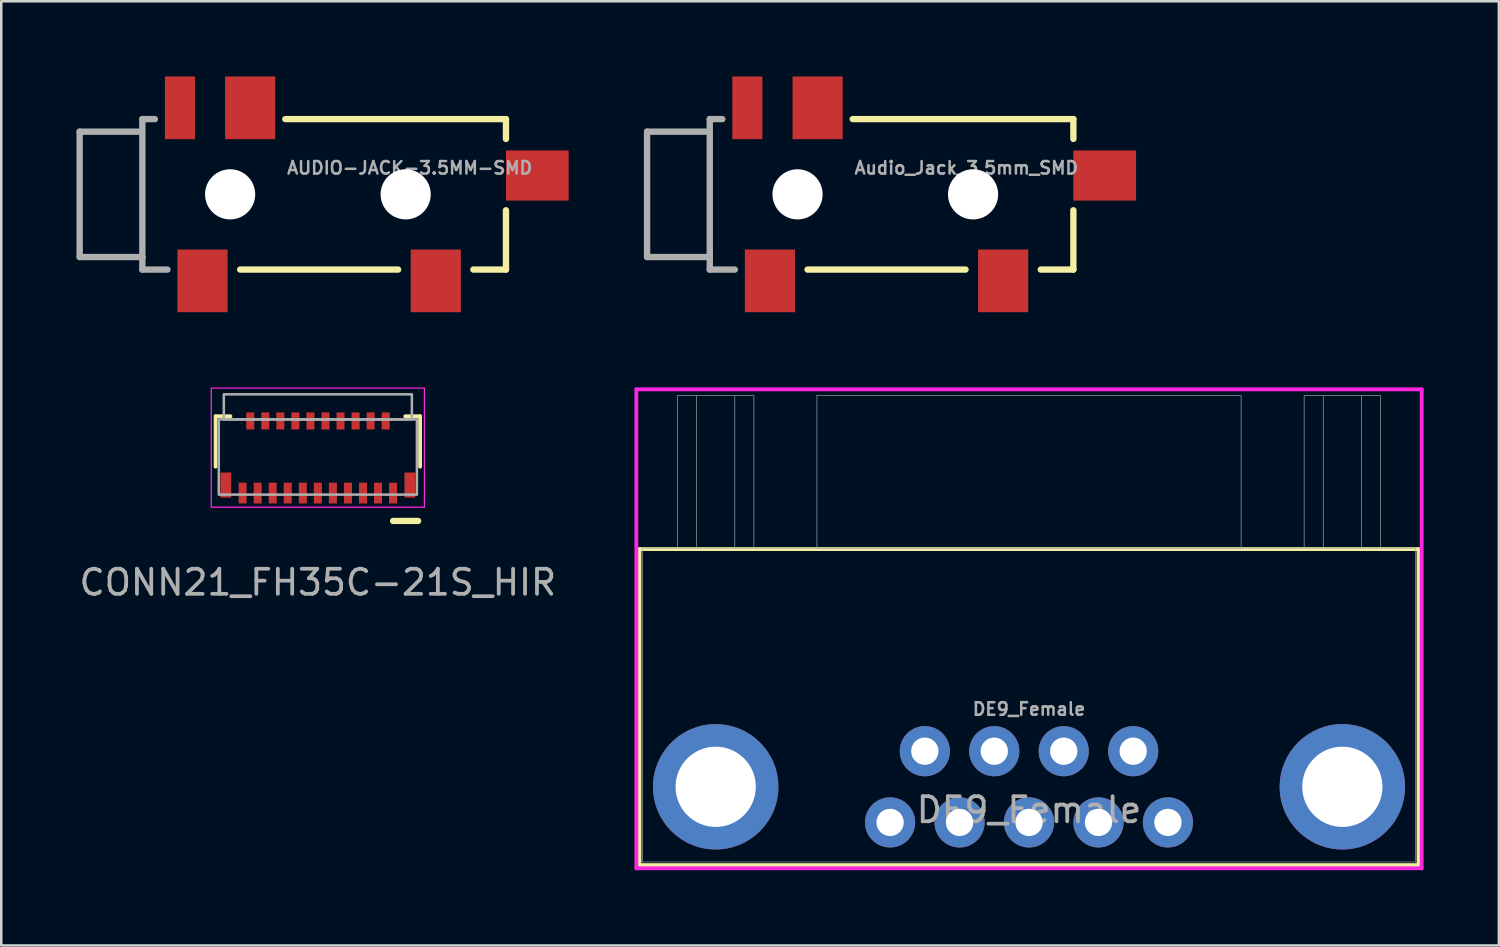
<source format=kicad_pcb>
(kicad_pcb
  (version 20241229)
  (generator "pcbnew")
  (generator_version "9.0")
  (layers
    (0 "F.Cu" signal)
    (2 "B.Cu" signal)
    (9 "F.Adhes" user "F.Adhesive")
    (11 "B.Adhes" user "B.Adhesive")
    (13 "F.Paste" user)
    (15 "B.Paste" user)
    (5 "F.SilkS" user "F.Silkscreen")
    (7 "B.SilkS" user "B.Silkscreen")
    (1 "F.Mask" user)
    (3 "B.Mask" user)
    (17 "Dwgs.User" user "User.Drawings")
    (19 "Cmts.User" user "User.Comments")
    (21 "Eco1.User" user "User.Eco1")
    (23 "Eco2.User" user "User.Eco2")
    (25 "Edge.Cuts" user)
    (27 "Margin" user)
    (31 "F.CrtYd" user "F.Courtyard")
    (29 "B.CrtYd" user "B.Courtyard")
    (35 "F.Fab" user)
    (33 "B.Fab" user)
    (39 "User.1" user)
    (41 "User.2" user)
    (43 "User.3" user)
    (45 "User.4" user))
  (footprint "Audio_Jack_3.5mm_SMD"
    (layer "F.Cu")
    (at 25.254 4.7)
    (property "Reference" "Audio_Jack_3.5mm_SMD" (at 5.715 -0.762 0) (layer "F.Fab") (effects (font (size 0.5 0.5) (thickness 0.1)) (justify left bottom)))
    (attr smd)
    (fp_line (start 3.9 3) (end 10.2 3) (stroke (width 0.254) (type solid)) (layer "F.SilkS"))
    (fp_line (start 14.5 -3) (end 5.7 -3) (stroke (width 0.254) (type solid)) (layer "F.SilkS"))
    (fp_line (start 14.5 -2.21) (end 14.5 -3) (stroke (width 0.254) (type solid)) (layer "F.SilkS"))
    (fp_line (start 14.5 0.635) (end 14.5 3) (stroke (width 0.254) (type solid)) (layer "F.SilkS"))
    (fp_line (start 14.5 3) (end 13.2 3) (stroke (width 0.254) (type solid)) (layer "F.SilkS"))
    (fp_line (start -2.5 -2.5) (end -2.5 2.5) (stroke (width 0.254) (type solid)) (layer "F.Fab"))
    (fp_line (start -2.5 2.5) (end 0 2.5) (stroke (width 0.254) (type solid)) (layer "F.Fab"))
    (fp_line (start -0.152 -2.5) (end -2.5 -2.5) (stroke (width 0.254) (type solid)) (layer "F.Fab"))
    (fp_line (start 0 -3) (end 0 2.5) (stroke (width 0.254) (type solid)) (layer "F.Fab"))
    (fp_line (start 0 2.5) (end 0 3) (stroke (width 0.254) (type solid)) (layer "F.Fab"))
    (fp_line (start 0 3) (end 1 3) (stroke (width 0.254) (type solid)) (layer "F.Fab"))
    (fp_line (start 0.5 -3) (end 0 -3) (stroke (width 0.254) (type solid)) (layer "F.Fab"))
    (pad "" np_thru_hole circle (at 3.5 0) (size 2 2) (drill 2) (layers "*.Cu" "*.Mask"))
    (pad "" np_thru_hole circle (at 10.5 0) (size 2 2) (drill 2) (layers "*.Cu" "*.Mask"))
    (pad "RING" smd rect (at 4.3 -3.45) (size 2 2.5) (layers "F.Cu" "F.Mask" "F.Paste"))
    (pad "RSH" smd rect (at 1.5 -3.45 180) (size 1.2 2.5) (layers "F.Cu" "F.Mask" "F.Paste"))
    (pad "SLEEVE" smd rect (at 2.4 3.45) (size 2 2.5) (layers "F.Cu" "F.Mask" "F.Paste"))
    (pad "TIP" smd rect (at 11.7 3.45) (size 2 2.5) (layers "F.Cu" "F.Mask" "F.Paste"))
    (pad "TSH" smd rect (at 15.75 -0.75 90) (size 2 2.5) (layers "F.Cu" "F.Mask" "F.Paste")))
  (footprint "AUDIO-JACK-3.5MM-SMD"
    (layer "F.Cu")
    (at 2.627 4.7)
    (property "Reference" "AUDIO-JACK-3.5MM-SMD" (at 5.715 -0.762 0) (layer "F.Fab") (effects (font (size 0.5 0.5) (thickness 0.1)) (justify left bottom)))
    (fp_line (start 3.9 3) (end 10.2 3) (stroke (width 0.254) (type solid)) (layer "F.SilkS"))
    (fp_line (start 14.5 -3) (end 5.7 -3) (stroke (width 0.254) (type solid)) (layer "F.SilkS"))
    (fp_line (start 14.5 -2.21) (end 14.5 -3) (stroke (width 0.254) (type solid)) (layer "F.SilkS"))
    (fp_line (start 14.5 0.635) (end 14.5 3) (stroke (width 0.254) (type solid)) (layer "F.SilkS"))
    (fp_line (start 14.5 3) (end 13.2 3) (stroke (width 0.254) (type solid)) (layer "F.SilkS"))
    (fp_line (start -2.5 -2.5) (end -2.5 2.5) (stroke (width 0.254) (type solid)) (layer "F.Fab"))
    (fp_line (start -2.5 2.5) (end 0 2.5) (stroke (width 0.254) (type solid)) (layer "F.Fab"))
    (fp_line (start -0.152 -2.5) (end -2.5 -2.5) (stroke (width 0.254) (type solid)) (layer "F.Fab"))
    (fp_line (start 0 -3) (end 0 2.5) (stroke (width 0.254) (type solid)) (layer "F.Fab"))
    (fp_line (start 0 2.5) (end 0 3) (stroke (width 0.254) (type solid)) (layer "F.Fab"))
    (fp_line (start 0 3) (end 1 3) (stroke (width 0.254) (type solid)) (layer "F.Fab"))
    (fp_line (start 0.5 -3) (end 0 -3) (stroke (width 0.254) (type solid)) (layer "F.Fab"))
    (pad "" np_thru_hole circle (at 3.5 0) (size 2 2) (drill 2) (layers "*.Cu" "*.Mask"))
    (pad "" np_thru_hole circle (at 10.5 0) (size 2 2) (drill 2) (layers "*.Cu" "*.Mask"))
    (pad "RING" smd rect (at 4.3 -3.45) (size 2 2.5) (layers "F.Cu" "F.Mask" "F.Paste"))
    (pad "RSH" smd rect (at 1.5 -3.45 180) (size 1.2 2.5) (layers "F.Cu" "F.Mask" "F.Paste"))
    (pad "SLEEVE" smd rect (at 2.4 3.45) (size 2 2.5) (layers "F.Cu" "F.Mask" "F.Paste"))
    (pad "TIP" smd rect (at 11.7 3.45) (size 2 2.5) (layers "F.Cu" "F.Mask" "F.Paste"))
    (pad "TSH" smd rect (at 15.75 -0.75 90) (size 2 2.5) (layers "F.Cu" "F.Mask" "F.Paste")))
  (footprint "CONN21_FH35C-21S_HIR"
    (layer "F.Cu")
    (at 9.625 15.175)
    (property "Reference" "CONN21_FH35C-21S_HIR" (at 0 5 0) (unlocked yes) (layer "F.Fab") (effects (font (size 1 1) (thickness 0.15))))
    (attr smd)
    (fp_line (start -4.077 -1.626) (end -4.077 0.384) (stroke (width 0.152) (type solid)) (layer "F.SilkS"))
    (fp_line (start -3.485 -1.626) (end -4.077 -1.626) (stroke (width 0.152) (type solid)) (layer "F.SilkS"))
    (fp_line (start 4 2.55) (end 3 2.55) (stroke (width 0.25) (type solid)) (layer "F.SilkS"))
    (fp_line (start 4.077 -1.626) (end 3.485 -1.626) (stroke (width 0.152) (type solid)) (layer "F.SilkS"))
    (fp_line (start 4.077 0.384) (end 4.077 -1.626) (stroke (width 0.152) (type solid)) (layer "F.SilkS"))
    (fp_rect (start -4.25 -2.75) (end 4.25 2) (stroke (width 0.05) (type default)) (fill no) (layer "F.CrtYd"))
    (fp_rect (start -3.95 -1.499) (end 3.95 1.499) (stroke (width 0.1) (type default)) (fill no) (layer "F.Fab"))
    (fp_rect (start -3.75 -2.5) (end 3.75 -1.5) (stroke (width 0.1) (type default)) (fill no) (layer "F.Fab"))
    (fp_line (start -3.3 0.05) (end -3.3 4.05) (stroke (width 0.1) (type solid)) (layer "User.2"))
    (fp_line (start -3.3 0.05) (end 3.3 0.05) (stroke (width 0.1) (type default)) (layer "User.2"))
    (fp_line (start -3.3 2.55) (end 3.3 2.55) (stroke (width 0.1) (type default)) (layer "User.2"))
    (fp_line (start -3.3 4.05) (end 3.3 4.05) (stroke (width 0.1) (type default)) (layer "User.2"))
    (fp_line (start 3.3 0.05) (end 3.3 4.05) (stroke (width 0.1) (type solid)) (layer "User.2"))
    (fp_text user "Stiffener" (at 0 0.6 0) (unlocked yes) (layer "User.2") (effects (font (size 0.5 0.5) (thickness 0.125))))
    (fp_text user "FPC Insertion Depth" (at 0 -0.6 0) (unlocked yes) (layer "User.2") (effects (font (size 0.5 0.5) (thickness 0.125))))
    (pad "1" smd rect (at 3 1.438) (size 0.32 0.83) (layers "F.Cu" "F.Mask" "F.Paste"))
    (pad "2" smd rect (at 2.705 -1.438) (size 0.32 0.68) (layers "F.Cu" "F.Mask" "F.Paste"))
    (pad "3" smd rect (at 2.4 1.438) (size 0.32 0.83) (layers "F.Cu" "F.Mask" "F.Paste"))
    (pad "4" smd rect (at 2.105 -1.438) (size 0.32 0.68) (layers "F.Cu" "F.Mask" "F.Paste"))
    (pad "5" smd rect (at 1.8 1.438) (size 0.32 0.83) (layers "F.Cu" "F.Mask" "F.Paste"))
    (pad "6" smd rect (at 1.505 -1.438) (size 0.32 0.68) (layers "F.Cu" "F.Mask" "F.Paste"))
    (pad "7" smd rect (at 1.2 1.438) (size 0.32 0.83) (layers "F.Cu" "F.Mask" "F.Paste"))
    (pad "8" smd rect (at 0.905 -1.438) (size 0.32 0.68) (layers "F.Cu" "F.Mask" "F.Paste"))
    (pad "9" smd rect (at 0.6 1.438) (size 0.32 0.83) (layers "F.Cu" "F.Mask" "F.Paste"))
    (pad "10" smd rect (at 0.305 -1.438) (size 0.32 0.68) (layers "F.Cu" "F.Mask" "F.Paste"))
    (pad "11" smd rect (at 0 1.438) (size 0.32 0.83) (layers "F.Cu" "F.Mask" "F.Paste"))
    (pad "12" smd rect (at -0.295 -1.438) (size 0.32 0.68) (layers "F.Cu" "F.Mask" "F.Paste"))
    (pad "13" smd rect (at -0.6 1.438) (size 0.32 0.83) (layers "F.Cu" "F.Mask" "F.Paste"))
    (pad "14" smd rect (at -0.895 -1.438) (size 0.32 0.68) (layers "F.Cu" "F.Mask" "F.Paste"))
    (pad "15" smd rect (at -1.2 1.438) (size 0.32 0.83) (layers "F.Cu" "F.Mask" "F.Paste"))
    (pad "16" smd rect (at -1.495 -1.438) (size 0.32 0.68) (layers "F.Cu" "F.Mask" "F.Paste"))
    (pad "17" smd rect (at -1.8 1.438) (size 0.32 0.83) (layers "F.Cu" "F.Mask" "F.Paste"))
    (pad "18" smd rect (at -2.095 -1.438) (size 0.32 0.68) (layers "F.Cu" "F.Mask" "F.Paste"))
    (pad "19" smd rect (at -2.4 1.438) (size 0.32 0.83) (layers "F.Cu" "F.Mask" "F.Paste"))
    (pad "20" smd rect (at -2.695 -1.438) (size 0.32 0.68) (layers "F.Cu" "F.Mask" "F.Paste"))
    (pad "21" smd rect (at -3 1.438) (size 0.32 0.83) (layers "F.Cu" "F.Mask" "F.Paste"))
    (pad "22" smd rect (at -3.67 1.118) (size 0.43 1) (layers "F.Cu" "F.Mask" "F.Paste"))
    (pad "23" smd rect (at 3.67 1.118) (size 0.43 1) (layers "F.Cu" "F.Mask" "F.Paste")))
  (footprint "DE9_Female"
    (layer "F.Cu")
    (at 37.985 29.746)
    (property "Reference" "DE9_Female" (at 0 -0.5 0) (unlocked yes) (layer "F.Fab") (effects (font (size 1 1) (thickness 0.15))))
    (attr smd)
    (fp_line (start -15.532 -10.9) (end -15.532 1.704) (stroke (width 0.152) (type solid)) (layer "F.SilkS"))
    (fp_line (start -15.532 1.704) (end 15.532 1.704) (stroke (width 0.152) (type solid)) (layer "F.SilkS"))
    (fp_line (start 15.532 -10.9) (end -15.532 -10.9) (stroke (width 0.152) (type solid)) (layer "F.SilkS"))
    (fp_line (start 15.532 1.704) (end 15.532 -10.9) (stroke (width 0.152) (type solid)) (layer "F.SilkS"))
    (fp_line (start -15.659 -17.27) (end -15.659 1.831) (stroke (width 0.152) (type solid)) (layer "F.CrtYd"))
    (fp_line (start -15.659 1.831) (end 15.659 1.831) (stroke (width 0.152) (type solid)) (layer "F.CrtYd"))
    (fp_line (start 15.659 -17.27) (end -15.659 -17.27) (stroke (width 0.152) (type solid)) (layer "F.CrtYd"))
    (fp_line (start 15.659 1.831) (end 15.659 -17.27) (stroke (width 0.152) (type solid)) (layer "F.CrtYd"))
    (fp_line (start -15.405 -10.92) (end -15.405 1.577) (stroke (width 0.025) (type solid)) (layer "F.Fab"))
    (fp_line (start -15.405 1.577) (end 15.405 1.577) (stroke (width 0.025) (type solid)) (layer "F.Fab"))
    (fp_line (start -14.019 -17.016) (end -10.971 -17.016) (stroke (width 0.025) (type solid)) (layer "F.Fab"))
    (fp_line (start -14.019 -10.92) (end -14.019 -17.016) (stroke (width 0.025) (type solid)) (layer "F.Fab"))
    (fp_line (start -13.257 -10.92) (end -13.257 -17.016) (stroke (width 0.025) (type solid)) (layer "F.Fab"))
    (fp_line (start -11.733 -17.016) (end -11.733 -10.92) (stroke (width 0.025) (type solid)) (layer "F.Fab"))
    (fp_line (start -10.971 -17.016) (end -10.971 -10.92) (stroke (width 0.025) (type solid)) (layer "F.Fab"))
    (fp_line (start -8.458 -17.016) (end -8.458 -10.92) (stroke (width 0.025) (type solid)) (layer "F.Fab"))
    (fp_line (start -8.458 -10.92) (end 8.458 -10.92) (stroke (width 0.025) (type solid)) (layer "F.Fab"))
    (fp_line (start 8.458 -17.016) (end -8.458 -17.016) (stroke (width 0.025) (type solid)) (layer "F.Fab"))
    (fp_line (start 8.458 -10.92) (end 8.458 -17.016) (stroke (width 0.025) (type solid)) (layer "F.Fab"))
    (fp_line (start 10.971 -17.016) (end 14.019 -17.016) (stroke (width 0.025) (type solid)) (layer "F.Fab"))
    (fp_line (start 10.971 -10.92) (end 10.971 -17.016) (stroke (width 0.025) (type solid)) (layer "F.Fab"))
    (fp_line (start 11.733 -10.92) (end 11.733 -17.016) (stroke (width 0.025) (type solid)) (layer "F.Fab"))
    (fp_line (start 13.257 -17.016) (end 13.257 -10.92) (stroke (width 0.025) (type solid)) (layer "F.Fab"))
    (fp_line (start 14.019 -17.016) (end 14.019 -10.92) (stroke (width 0.025) (type solid)) (layer "F.Fab"))
    (fp_line (start 15.405 -10.92) (end -15.405 -10.92) (stroke (width 0.025) (type solid)) (layer "F.Fab"))
    (fp_line (start 15.405 1.577) (end 15.405 -10.92) (stroke (width 0.025) (type solid)) (layer "F.Fab"))
    (fp_text user "${REFERENCE}" (at 0 -4.52 0) (unlocked yes) (layer "F.Fab") (effects (font (size 0.5 0.5) (thickness 0.1) (bold yes))))
    (pad "1" thru_hole circle (at -5.54 0) (size 2 2) (drill 1.09) (layers "*.Cu" "*.Mask"))
    (pad "2" thru_hole circle (at -2.77 0) (size 2 2) (drill 1.09) (layers "*.Cu" "*.Mask"))
    (pad "3" thru_hole circle (at 0 0 90) (size 2 2) (drill 1.09) (layers "*.Cu" "*.Mask"))
    (pad "4" thru_hole circle (at 2.77 0) (size 2 2) (drill 1.09) (layers "*.Cu" "*.Mask"))
    (pad "5" thru_hole circle (at 5.54 0 90) (size 2 2) (drill 1.09) (layers "*.Cu" "*.Mask"))
    (pad "6" thru_hole circle (at -4.155 -2.84) (size 2 2) (drill 1.09) (layers "*.Cu" "*.Mask"))
    (pad "7" thru_hole circle (at -1.385 -2.84) (size 2 2) (drill 1.09) (layers "*.Cu" "*.Mask"))
    (pad "8" thru_hole circle (at 1.385 -2.84) (size 2 2) (drill 1.09) (layers "*.Cu" "*.Mask"))
    (pad "9" thru_hole circle (at 4.155 -2.84) (size 2 2) (drill 1.09) (layers "*.Cu" "*.Mask"))
    (pad "10" thru_hole circle (at -12.495 -1.42) (size 5 5) (drill 3.2) (layers "*.Cu" "*.Mask"))
    (pad "11" thru_hole circle (at 12.495 -1.42) (size 5 5) (drill 3.2) (layers "*.Cu" "*.Mask")))
  (gr_rect
    (start -3 -3)
    (end 56.721 34.653)
    (stroke (width 0.1) (type default))
    (fill no)
    (layer "Edge.Cuts")))
</source>
